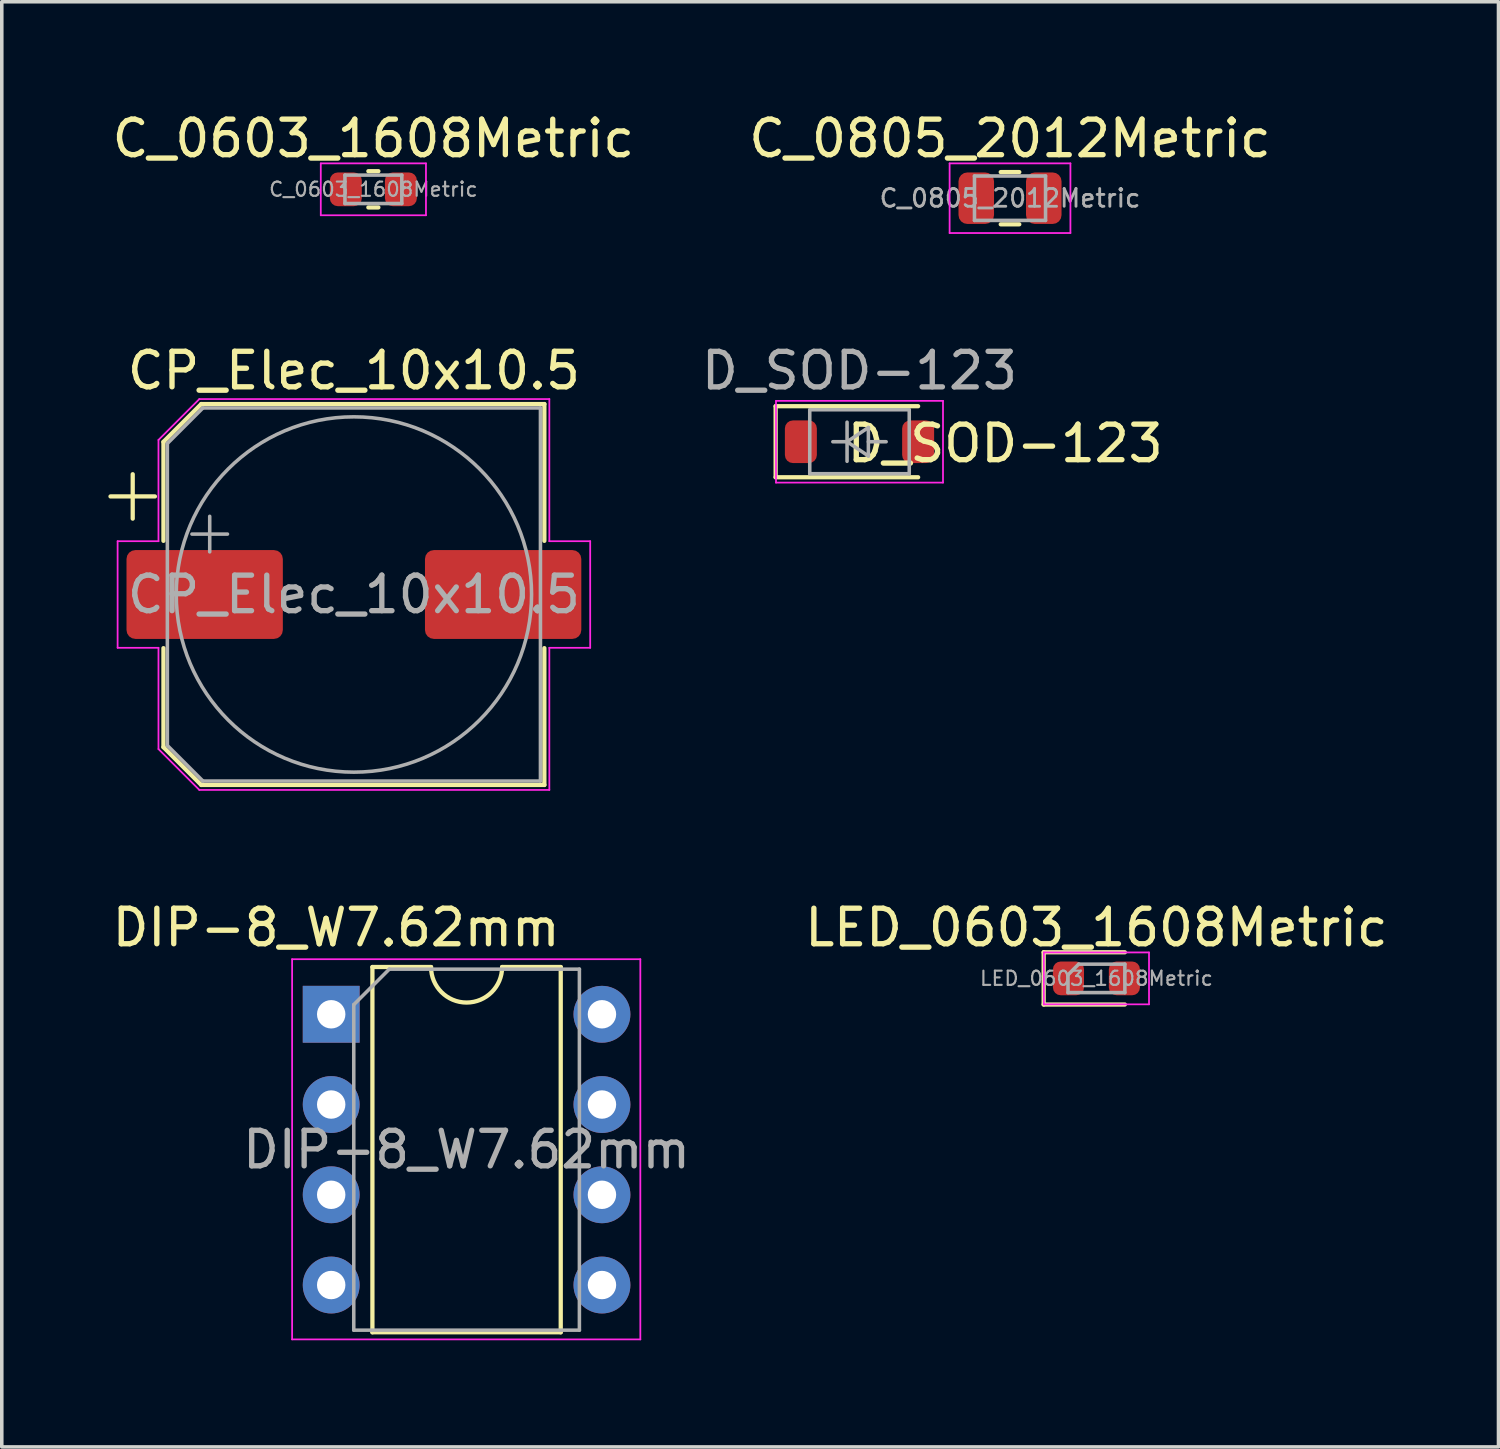
<source format=kicad_pcb>
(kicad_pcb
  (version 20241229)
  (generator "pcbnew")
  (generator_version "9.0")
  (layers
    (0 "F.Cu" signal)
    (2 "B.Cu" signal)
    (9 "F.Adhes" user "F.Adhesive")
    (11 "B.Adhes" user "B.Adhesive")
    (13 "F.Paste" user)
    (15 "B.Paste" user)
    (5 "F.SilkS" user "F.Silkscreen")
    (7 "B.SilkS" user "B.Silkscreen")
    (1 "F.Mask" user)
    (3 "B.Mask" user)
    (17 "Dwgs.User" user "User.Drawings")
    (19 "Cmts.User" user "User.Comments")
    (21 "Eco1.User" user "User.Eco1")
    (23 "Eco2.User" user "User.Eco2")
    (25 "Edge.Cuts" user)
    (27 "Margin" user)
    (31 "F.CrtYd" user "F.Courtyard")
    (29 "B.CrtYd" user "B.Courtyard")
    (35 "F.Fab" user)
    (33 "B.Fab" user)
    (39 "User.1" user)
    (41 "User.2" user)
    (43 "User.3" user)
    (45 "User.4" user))
  (footprint "DIP-8_W7.62mm"
    (layer "F.Cu")
    (at 6.271 25.495)
    (property "Reference" "DIP-8_W7.62mm" (at 0.14 -2.44 180) (layer "F.SilkS") (effects (font (size 1 1) (thickness 0.15))))
    (attr through_hole)
    (fp_line (start 1.16 -1.33) (end 1.16 8.95) (stroke (width 0.12) (type solid)) (layer "F.SilkS"))
    (fp_line (start 1.16 8.95) (end 6.46 8.95) (stroke (width 0.12) (type solid)) (layer "F.SilkS"))
    (fp_line (start 2.81 -1.33) (end 1.16 -1.33) (stroke (width 0.12) (type solid)) (layer "F.SilkS"))
    (fp_line (start 6.46 -1.33) (end 4.81 -1.33) (stroke (width 0.12) (type solid)) (layer "F.SilkS"))
    (fp_line (start 6.46 8.95) (end 6.46 -1.33) (stroke (width 0.12) (type solid)) (layer "F.SilkS"))
    (fp_arc (start 4.81 -1.33) (mid 3.81 -0.33) (end 2.81 -1.33) (stroke (width 0.12) (type solid)) (layer "F.SilkS"))
    (fp_line (start -1.1 -1.55) (end -1.1 9.15) (stroke (width 0.05) (type solid)) (layer "F.CrtYd"))
    (fp_line (start -1.1 9.15) (end 8.7 9.15) (stroke (width 0.05) (type solid)) (layer "F.CrtYd"))
    (fp_line (start 8.7 -1.55) (end -1.1 -1.55) (stroke (width 0.05) (type solid)) (layer "F.CrtYd"))
    (fp_line (start 8.7 9.15) (end 8.7 -1.55) (stroke (width 0.05) (type solid)) (layer "F.CrtYd"))
    (fp_line (start 0.635 -0.27) (end 1.635 -1.27) (stroke (width 0.1) (type solid)) (layer "F.Fab"))
    (fp_line (start 0.635 8.89) (end 0.635 -0.27) (stroke (width 0.1) (type solid)) (layer "F.Fab"))
    (fp_line (start 1.635 -1.27) (end 6.985 -1.27) (stroke (width 0.1) (type solid)) (layer "F.Fab"))
    (fp_line (start 6.985 -1.27) (end 6.985 8.89) (stroke (width 0.1) (type solid)) (layer "F.Fab"))
    (fp_line (start 6.985 8.89) (end 0.635 8.89) (stroke (width 0.1) (type solid)) (layer "F.Fab"))
    (fp_text user "${REFERENCE}" (at 3.81 3.81 180) (layer "F.Fab") (effects (font (size 1 1) (thickness 0.15))))
    (pad "1" thru_hole rect (at 0 0) (size 1.6 1.6) (drill 0.8) (layers "*.Cu" "*.Mask"))
    (pad "2" thru_hole oval (at 0 2.54) (size 1.6 1.6) (drill 0.8) (layers "*.Cu" "*.Mask"))
    (pad "3" thru_hole oval (at 0 5.08) (size 1.6 1.6) (drill 0.8) (layers "*.Cu" "*.Mask"))
    (pad "4" thru_hole oval (at 0 7.62) (size 1.6 1.6) (drill 0.8) (layers "*.Cu" "*.Mask"))
    (pad "5" thru_hole oval (at 7.62 7.62) (size 1.6 1.6) (drill 0.8) (layers "*.Cu" "*.Mask"))
    (pad "6" thru_hole oval (at 7.62 5.08) (size 1.6 1.6) (drill 0.8) (layers "*.Cu" "*.Mask"))
    (pad "7" thru_hole oval (at 7.62 2.54) (size 1.6 1.6) (drill 0.8) (layers "*.Cu" "*.Mask"))
    (pad "8" thru_hole oval (at 7.62 0) (size 1.6 1.6) (drill 0.8) (layers "*.Cu" "*.Mask")))
  (footprint "C_0805_2012Metric"
    (layer "F.Cu")
    (at 25.375 2.528)
    (property "Reference" "C_0805_2012Metric" (at 0 -1.68 180) (layer "F.SilkS") (effects (font (size 1 1) (thickness 0.15))))
    (attr smd)
    (fp_line (start -0.261 -0.735) (end 0.261 -0.735) (stroke (width 0.12) (type solid)) (layer "F.SilkS"))
    (fp_line (start -0.261 0.735) (end 0.261 0.735) (stroke (width 0.12) (type solid)) (layer "F.SilkS"))
    (fp_line (start -1.7 -0.98) (end 1.7 -0.98) (stroke (width 0.05) (type solid)) (layer "F.CrtYd"))
    (fp_line (start -1.7 0.98) (end -1.7 -0.98) (stroke (width 0.05) (type solid)) (layer "F.CrtYd"))
    (fp_line (start 1.7 -0.98) (end 1.7 0.98) (stroke (width 0.05) (type solid)) (layer "F.CrtYd"))
    (fp_line (start 1.7 0.98) (end -1.7 0.98) (stroke (width 0.05) (type solid)) (layer "F.CrtYd"))
    (fp_line (start -1 -0.625) (end 1 -0.625) (stroke (width 0.1) (type solid)) (layer "F.Fab"))
    (fp_line (start -1 0.625) (end -1 -0.625) (stroke (width 0.1) (type solid)) (layer "F.Fab"))
    (fp_line (start 1 -0.625) (end 1 0.625) (stroke (width 0.1) (type solid)) (layer "F.Fab"))
    (fp_line (start 1 0.625) (end -1 0.625) (stroke (width 0.1) (type solid)) (layer "F.Fab"))
    (fp_text user "${REFERENCE}" (at 0 0 180) (layer "F.Fab") (effects (font (size 0.5 0.5) (thickness 0.08))))
    (pad "1" smd roundrect (at -0.95 0) (size 1 1.45) (layers "F.Cu" "F.Mask" "F.Paste") (roundrect_rratio 0.25))
    (pad "2" smd roundrect (at 0.95 0) (size 1 1.45) (layers "F.Cu" "F.Mask" "F.Paste") (roundrect_rratio 0.25)))
  (footprint "D_SOD-123"
    (layer "F.Cu")
    (at 21.139 9.382)
    (property "Reference" "D_SOD-123" (at 4.1 0.05 180) (layer "F.SilkS") (effects (font (size 1 1) (thickness 0.15))))
    (attr smd)
    (fp_line (start -2.36 -1) (end -2.36 1) (stroke (width 0.12) (type solid)) (layer "F.SilkS"))
    (fp_line (start -2.36 -1) (end 1.65 -1) (stroke (width 0.12) (type solid)) (layer "F.SilkS"))
    (fp_line (start -2.36 1) (end 1.65 1) (stroke (width 0.12) (type solid)) (layer "F.SilkS"))
    (fp_line (start -2.35 -1.15) (end -2.35 1.15) (stroke (width 0.05) (type solid)) (layer "F.CrtYd"))
    (fp_line (start -2.35 -1.15) (end 2.35 -1.15) (stroke (width 0.05) (type solid)) (layer "F.CrtYd"))
    (fp_line (start 2.35 -1.15) (end 2.35 1.15) (stroke (width 0.05) (type solid)) (layer "F.CrtYd"))
    (fp_line (start 2.35 1.15) (end -2.35 1.15) (stroke (width 0.05) (type solid)) (layer "F.CrtYd"))
    (fp_line (start -1.4 -0.9) (end 1.4 -0.9) (stroke (width 0.1) (type solid)) (layer "F.Fab"))
    (fp_line (start -1.4 0.9) (end -1.4 -0.9) (stroke (width 0.1) (type solid)) (layer "F.Fab"))
    (fp_line (start -0.75 0) (end -0.35 0) (stroke (width 0.1) (type solid)) (layer "F.Fab"))
    (fp_line (start -0.35 0) (end -0.35 -0.55) (stroke (width 0.1) (type solid)) (layer "F.Fab"))
    (fp_line (start -0.35 0) (end -0.35 0.55) (stroke (width 0.1) (type solid)) (layer "F.Fab"))
    (fp_line (start -0.35 0) (end 0.25 -0.4) (stroke (width 0.1) (type solid)) (layer "F.Fab"))
    (fp_line (start 0.25 -0.4) (end 0.25 0.4) (stroke (width 0.1) (type solid)) (layer "F.Fab"))
    (fp_line (start 0.25 0) (end 0.75 0) (stroke (width 0.1) (type solid)) (layer "F.Fab"))
    (fp_line (start 0.25 0.4) (end -0.35 0) (stroke (width 0.1) (type solid)) (layer "F.Fab"))
    (fp_line (start 1.4 -0.9) (end 1.4 0.9) (stroke (width 0.1) (type solid)) (layer "F.Fab"))
    (fp_line (start 1.4 0.9) (end -1.4 0.9) (stroke (width 0.1) (type solid)) (layer "F.Fab"))
    (fp_text user "${REFERENCE}" (at 0 -2 180) (layer "F.Fab") (effects (font (size 1 1) (thickness 0.15))))
    (pad "1" smd roundrect (at -1.65 0) (size 0.9 1.2) (layers "F.Cu" "F.Mask" "F.Paste") (roundrect_rratio 0.25))
    (pad "2" smd roundrect (at 1.65 0) (size 0.9 1.2) (layers "F.Cu" "F.Mask" "F.Paste") (roundrect_rratio 0.25)))
  (footprint "LED_0603_1608Metric"
    (layer "F.Cu")
    (at 27.807 24.485)
    (property "Reference" "LED_0603_1608Metric" (at 0 -1.43 180) (layer "F.SilkS") (effects (font (size 1 1) (thickness 0.15))))
    (attr smd)
    (fp_line (start -1.485 -0.735) (end -1.485 0.735) (stroke (width 0.12) (type solid)) (layer "F.SilkS"))
    (fp_line (start -1.485 0.735) (end 0.8 0.735) (stroke (width 0.12) (type solid)) (layer "F.SilkS"))
    (fp_line (start 0.8 -0.735) (end -1.485 -0.735) (stroke (width 0.12) (type solid)) (layer "F.SilkS"))
    (fp_line (start -1.48 -0.73) (end 1.48 -0.73) (stroke (width 0.05) (type solid)) (layer "F.CrtYd"))
    (fp_line (start -1.48 0.73) (end -1.48 -0.73) (stroke (width 0.05) (type solid)) (layer "F.CrtYd"))
    (fp_line (start 1.48 -0.73) (end 1.48 0.73) (stroke (width 0.05) (type solid)) (layer "F.CrtYd"))
    (fp_line (start 1.48 0.73) (end -1.48 0.73) (stroke (width 0.05) (type solid)) (layer "F.CrtYd"))
    (fp_line (start -0.8 -0.1) (end -0.8 0.4) (stroke (width 0.1) (type solid)) (layer "F.Fab"))
    (fp_line (start -0.8 0.4) (end 0.8 0.4) (stroke (width 0.1) (type solid)) (layer "F.Fab"))
    (fp_line (start -0.5 -0.4) (end -0.8 -0.1) (stroke (width 0.1) (type solid)) (layer "F.Fab"))
    (fp_line (start 0.8 -0.4) (end -0.5 -0.4) (stroke (width 0.1) (type solid)) (layer "F.Fab"))
    (fp_line (start 0.8 0.4) (end 0.8 -0.4) (stroke (width 0.1) (type solid)) (layer "F.Fab"))
    (fp_text user "${REFERENCE}" (at 0 0 180) (layer "F.Fab") (effects (font (size 0.4 0.4) (thickness 0.06))))
    (pad "1" smd roundrect (at -0.787 0) (size 0.875 0.95) (layers "F.Cu" "F.Mask" "F.Paste") (roundrect_rratio 0.25))
    (pad "2" smd roundrect (at 0.787 0) (size 0.875 0.95) (layers "F.Cu" "F.Mask" "F.Paste") (roundrect_rratio 0.25)))
  (footprint "C_0603_1608Metric"
    (layer "F.Cu")
    (at 7.458 2.278)
    (property "Reference" "C_0603_1608Metric" (at 0 -1.43 0) (layer "F.SilkS") (effects (font (size 1 1) (thickness 0.15))))
    (attr smd)
    (fp_line (start -0.141 -0.51) (end 0.141 -0.51) (stroke (width 0.12) (type solid)) (layer "F.SilkS"))
    (fp_line (start -0.141 0.51) (end 0.141 0.51) (stroke (width 0.12) (type solid)) (layer "F.SilkS"))
    (fp_line (start -1.48 -0.73) (end 1.48 -0.73) (stroke (width 0.05) (type solid)) (layer "F.CrtYd"))
    (fp_line (start -1.48 0.73) (end -1.48 -0.73) (stroke (width 0.05) (type solid)) (layer "F.CrtYd"))
    (fp_line (start 1.48 -0.73) (end 1.48 0.73) (stroke (width 0.05) (type solid)) (layer "F.CrtYd"))
    (fp_line (start 1.48 0.73) (end -1.48 0.73) (stroke (width 0.05) (type solid)) (layer "F.CrtYd"))
    (fp_line (start -0.8 -0.4) (end 0.8 -0.4) (stroke (width 0.1) (type solid)) (layer "F.Fab"))
    (fp_line (start -0.8 0.4) (end -0.8 -0.4) (stroke (width 0.1) (type solid)) (layer "F.Fab"))
    (fp_line (start 0.8 -0.4) (end 0.8 0.4) (stroke (width 0.1) (type solid)) (layer "F.Fab"))
    (fp_line (start 0.8 0.4) (end -0.8 0.4) (stroke (width 0.1) (type solid)) (layer "F.Fab"))
    (fp_text user "${REFERENCE}" (at 0 0 0) (layer "F.Fab") (effects (font (size 0.4 0.4) (thickness 0.06))))
    (pad "1" smd roundrect (at -0.775 0) (size 0.9 0.95) (layers "F.Cu" "F.Mask" "F.Paste") (roundrect_rratio 0.25))
    (pad "2" smd roundrect (at 0.775 0) (size 0.9 0.95) (layers "F.Cu" "F.Mask" "F.Paste") (roundrect_rratio 0.25)))
  (footprint "CP_Elec_10x10.5"
    (layer "F.Cu")
    (at 6.91 13.681)
    (property "Reference" "CP_Elec_10x10.5" (at 0 -6.3 180) (layer "F.SilkS") (effects (font (size 1 1) (thickness 0.15))))
    (attr smd)
    (fp_line (start -6.85 -2.76) (end -5.6 -2.76) (stroke (width 0.12) (type solid)) (layer "F.SilkS"))
    (fp_line (start -6.225 -3.385) (end -6.225 -2.135) (stroke (width 0.12) (type solid)) (layer "F.SilkS"))
    (fp_line (start -5.36 -4.296) (end -5.36 -1.51) (stroke (width 0.12) (type solid)) (layer "F.SilkS"))
    (fp_line (start -5.36 -4.296) (end -4.296 -5.36) (stroke (width 0.12) (type solid)) (layer "F.SilkS"))
    (fp_line (start -5.36 4.296) (end -5.36 1.51) (stroke (width 0.12) (type solid)) (layer "F.SilkS"))
    (fp_line (start -5.36 4.296) (end -4.296 5.36) (stroke (width 0.12) (type solid)) (layer "F.SilkS"))
    (fp_line (start -4.296 -5.36) (end 5.36 -5.36) (stroke (width 0.12) (type solid)) (layer "F.SilkS"))
    (fp_line (start -4.296 5.36) (end 5.36 5.36) (stroke (width 0.12) (type solid)) (layer "F.SilkS"))
    (fp_line (start 5.36 -5.36) (end 5.36 -1.51) (stroke (width 0.12) (type solid)) (layer "F.SilkS"))
    (fp_line (start 5.36 5.36) (end 5.36 1.51) (stroke (width 0.12) (type solid)) (layer "F.SilkS"))
    (fp_line (start -6.65 -1.5) (end -6.65 1.5) (stroke (width 0.05) (type solid)) (layer "F.CrtYd"))
    (fp_line (start -6.65 1.5) (end -5.5 1.5) (stroke (width 0.05) (type solid)) (layer "F.CrtYd"))
    (fp_line (start -5.5 -4.35) (end -5.5 -1.5) (stroke (width 0.05) (type solid)) (layer "F.CrtYd"))
    (fp_line (start -5.5 -4.35) (end -4.35 -5.5) (stroke (width 0.05) (type solid)) (layer "F.CrtYd"))
    (fp_line (start -5.5 -1.5) (end -6.65 -1.5) (stroke (width 0.05) (type solid)) (layer "F.CrtYd"))
    (fp_line (start -5.5 1.5) (end -5.5 4.35) (stroke (width 0.05) (type solid)) (layer "F.CrtYd"))
    (fp_line (start -5.5 4.35) (end -4.35 5.5) (stroke (width 0.05) (type solid)) (layer "F.CrtYd"))
    (fp_line (start -4.35 -5.5) (end 5.5 -5.5) (stroke (width 0.05) (type solid)) (layer "F.CrtYd"))
    (fp_line (start -4.35 5.5) (end 5.5 5.5) (stroke (width 0.05) (type solid)) (layer "F.CrtYd"))
    (fp_line (start 5.5 -5.5) (end 5.5 -1.5) (stroke (width 0.05) (type solid)) (layer "F.CrtYd"))
    (fp_line (start 5.5 -1.5) (end 6.65 -1.5) (stroke (width 0.05) (type solid)) (layer "F.CrtYd"))
    (fp_line (start 5.5 1.5) (end 5.5 5.5) (stroke (width 0.05) (type solid)) (layer "F.CrtYd"))
    (fp_line (start 6.65 -1.5) (end 6.65 1.5) (stroke (width 0.05) (type solid)) (layer "F.CrtYd"))
    (fp_line (start 6.65 1.5) (end 5.5 1.5) (stroke (width 0.05) (type solid)) (layer "F.CrtYd"))
    (fp_line (start -5.25 -4.25) (end -5.25 4.25) (stroke (width 0.1) (type solid)) (layer "F.Fab"))
    (fp_line (start -5.25 -4.25) (end -4.25 -5.25) (stroke (width 0.1) (type solid)) (layer "F.Fab"))
    (fp_line (start -5.25 4.25) (end -4.25 5.25) (stroke (width 0.1) (type solid)) (layer "F.Fab"))
    (fp_line (start -4.558 -1.7) (end -3.558 -1.7) (stroke (width 0.1) (type solid)) (layer "F.Fab"))
    (fp_line (start -4.25 -5.25) (end 5.25 -5.25) (stroke (width 0.1) (type solid)) (layer "F.Fab"))
    (fp_line (start -4.25 5.25) (end 5.25 5.25) (stroke (width 0.1) (type solid)) (layer "F.Fab"))
    (fp_line (start -4.058 -2.2) (end -4.058 -1.2) (stroke (width 0.1) (type solid)) (layer "F.Fab"))
    (fp_line (start 5.25 -5.25) (end 5.25 5.25) (stroke (width 0.1) (type solid)) (layer "F.Fab"))
    (fp_circle (center 0 0) (end 5 0) (stroke (width 0.1) (type solid)) (fill no) (layer "F.Fab"))
    (fp_text user "${REFERENCE}" (at 0 0 180) (layer "F.Fab") (effects (font (size 1 1) (thickness 0.15))))
    (pad "1" smd roundrect (at -4.2 0) (size 4.4 2.5) (layers "F.Cu" "F.Mask" "F.Paste") (roundrect_rratio 0.1))
    (pad "2" smd roundrect (at 4.2 0) (size 4.4 2.5) (layers "F.Cu" "F.Mask" "F.Paste") (roundrect_rratio 0.1)))
  (gr_rect
    (start -3 -3)
    (end 39.122 37.67)
    (stroke (width 0.1) (type default))
    (fill no)
    (layer "Edge.Cuts")))
</source>
